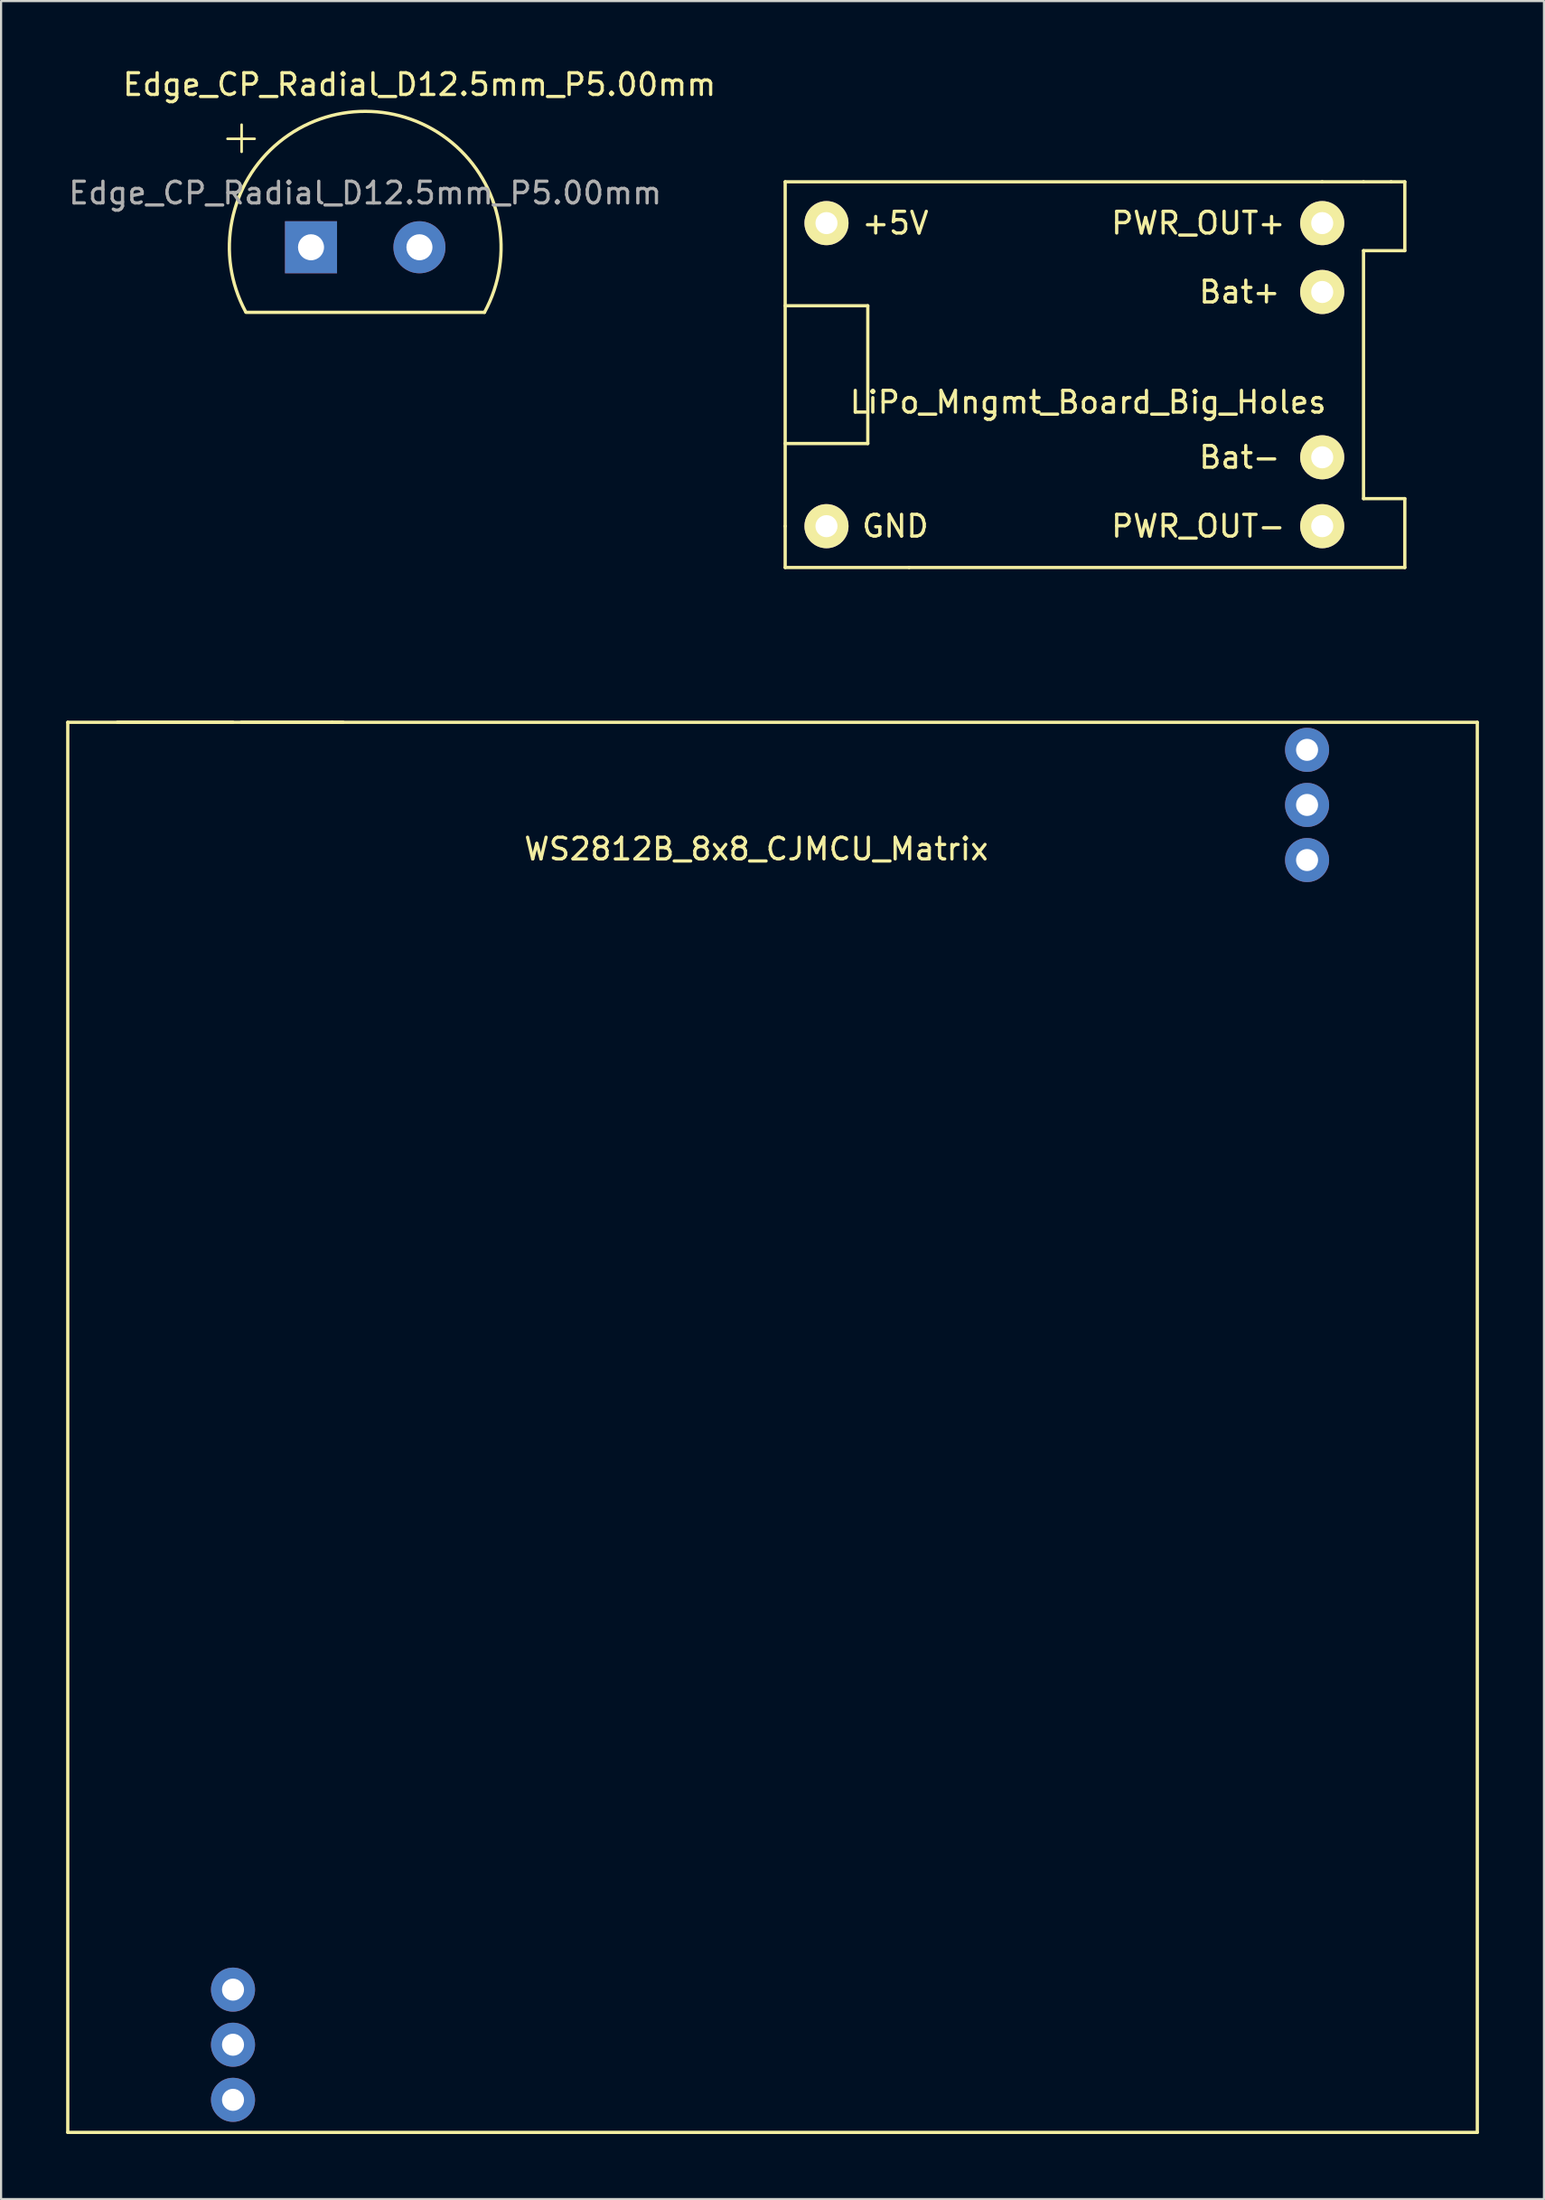
<source format=kicad_pcb>
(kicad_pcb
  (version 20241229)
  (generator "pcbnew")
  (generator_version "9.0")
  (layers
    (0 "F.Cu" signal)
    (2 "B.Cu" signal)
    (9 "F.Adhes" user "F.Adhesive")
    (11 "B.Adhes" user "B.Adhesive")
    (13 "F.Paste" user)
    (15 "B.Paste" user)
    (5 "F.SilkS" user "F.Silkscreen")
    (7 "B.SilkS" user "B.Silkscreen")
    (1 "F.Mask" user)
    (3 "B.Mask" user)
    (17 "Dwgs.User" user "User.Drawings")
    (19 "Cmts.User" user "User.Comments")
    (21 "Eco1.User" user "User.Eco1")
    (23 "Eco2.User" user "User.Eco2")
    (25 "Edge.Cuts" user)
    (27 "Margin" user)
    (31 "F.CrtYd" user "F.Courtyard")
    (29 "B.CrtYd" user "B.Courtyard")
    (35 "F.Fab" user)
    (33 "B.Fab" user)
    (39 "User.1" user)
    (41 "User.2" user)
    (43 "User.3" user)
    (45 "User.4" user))
  (footprint "Edge_CP_Radial_D12.5mm_P5.00mm"
    (layer "F.Cu")
    (at 13.792 8.348)
    (property "Reference" "Edge_CP_Radial_D12.5mm_P5.00mm" (at 2.5 -7.5 0) (layer "F.SilkS") (effects (font (size 1 1) (thickness 0.15))))
    (attr through_hole)
    (fp_line (start -6.35 -5) (end -5.1 -5) (stroke (width 0.12) (type solid)) (layer "F.SilkS"))
    (fp_line (start -5.7 -5.65) (end -5.7 -4.4) (stroke (width 0.12) (type solid)) (layer "F.SilkS"))
    (fp_line (start 5.5 3) (end -5.5 3) (stroke (width 0.15) (type solid)) (layer "F.SilkS"))
    (fp_arc (start -5.516134 2.970227) (mid 0.016932 -6.264958) (end 5.499999 2.999999) (stroke (width 0.15) (type solid)) (layer "F.SilkS"))
    (fp_text user "${REFERENCE}" (at 0 -2.5 0) (layer "F.Fab") (effects (font (size 1 1) (thickness 0.15))))
    (pad "1" thru_hole rect (at -2.5 0) (size 2.4 2.4) (drill 1.2) (layers "*.Cu" "*.Mask"))
    (pad "2" thru_hole circle (at 2.5 0) (size 2.4 2.4) (drill 1.2) (layers "*.Cu" "*.Mask")))
  (footprint "LiPo_Mngmt_Board_Big_Holes"
    (layer "F.Cu")
    (at 50.303 0.25)
    (property "Reference" "LiPo_Mngmt_Board_Big_Holes" (at -3.175 15.24 0) (layer "F.SilkS") (effects (font (size 1 1) (thickness 0.15))))
    (attr through_hole)
    (fp_line (start -17.145 5.08) (end 7.62 5.08) (stroke (width 0.15) (type solid)) (layer "F.SilkS"))
    (fp_line (start -17.145 10.795) (end -13.335 10.795) (stroke (width 0.15) (type solid)) (layer "F.SilkS"))
    (fp_line (start -17.145 20.955) (end -17.145 5.08) (stroke (width 0.15) (type solid)) (layer "F.SilkS"))
    (fp_line (start -17.145 20.955) (end -17.145 22.86) (stroke (width 0.15) (type solid)) (layer "F.SilkS"))
    (fp_line (start -17.145 22.86) (end -11.43 22.86) (stroke (width 0.15) (type solid)) (layer "F.SilkS"))
    (fp_line (start -13.335 10.795) (end -13.335 17.145) (stroke (width 0.15) (type solid)) (layer "F.SilkS"))
    (fp_line (start -13.335 17.145) (end -17.145 17.145) (stroke (width 0.15) (type solid)) (layer "F.SilkS"))
    (fp_line (start 7.62 5.08) (end 9.525 5.08) (stroke (width 0.15) (type solid)) (layer "F.SilkS"))
    (fp_line (start 9.525 5.08) (end 10.795 5.08) (stroke (width 0.15) (type solid)) (layer "F.SilkS"))
    (fp_line (start 9.525 8.255) (end 9.525 19.685) (stroke (width 0.15) (type solid)) (layer "F.SilkS"))
    (fp_line (start 9.525 19.685) (end 11.43 19.685) (stroke (width 0.15) (type solid)) (layer "F.SilkS"))
    (fp_line (start 10.795 5.08) (end 11.43 5.08) (stroke (width 0.15) (type solid)) (layer "F.SilkS"))
    (fp_line (start 11.43 5.08) (end 11.43 8.255) (stroke (width 0.15) (type solid)) (layer "F.SilkS"))
    (fp_line (start 11.43 8.255) (end 9.525 8.255) (stroke (width 0.15) (type solid)) (layer "F.SilkS"))
    (fp_line (start 11.43 19.685) (end 11.43 22.86) (stroke (width 0.15) (type solid)) (layer "F.SilkS"))
    (fp_line (start 11.43 22.86) (end -11.43 22.86) (stroke (width 0.15) (type solid)) (layer "F.SilkS"))
    (fp_text user "Bat-" (at 3.81 17.78 0) (layer "F.SilkS") (effects (font (size 1 1) (thickness 0.15))))
    (fp_text user "Bat+" (at 3.81 10.16 0) (layer "F.SilkS") (effects (font (size 1 1) (thickness 0.15))))
    (fp_text user "PWR_OUT-" (at 1.905 20.955 0) (layer "F.SilkS") (effects (font (size 1 1) (thickness 0.15))))
    (fp_text user "+5V" (at -12.065 6.985 0) (layer "F.SilkS") (effects (font (size 1 1) (thickness 0.15))))
    (fp_text user "GND" (at -12.065 20.955 0) (layer "F.SilkS") (effects (font (size 1 1) (thickness 0.15))))
    (fp_text user "PWR_OUT+" (at 1.905 6.985 0) (layer "F.SilkS") (effects (font (size 1 1) (thickness 0.15))))
    (pad "1" thru_hole circle (at 7.62 10.16) (size 2.032 2.032) (drill 1.016) (layers "*.Cu" "*.Mask" "F.SilkS"))
    (pad "2" thru_hole circle (at 7.62 17.78) (size 2.032 2.032) (drill 1.016) (layers "*.Cu" "*.Mask" "F.SilkS"))
    (pad "3" thru_hole circle (at 7.62 20.955) (size 2.032 2.032) (drill 1.016) (layers "*.Cu" "*.Mask" "F.SilkS"))
    (pad "4" thru_hole circle (at 7.62 6.985) (size 2.032 2.032) (drill 1.016) (layers "*.Cu" "*.Mask" "F.SilkS"))
    (pad "5" thru_hole circle (at -15.24 20.955) (size 2.032 2.032) (drill 1.016) (layers "*.Cu" "*.Mask" "F.SilkS"))
    (pad "6" thru_hole circle (at -15.24 6.985) (size 2.032 2.032) (drill 1.016) (layers "*.Cu" "*.Mask" "F.SilkS")))
  (footprint "WS2812B_8x8_CJMCU_Matrix"
    (layer "F.Cu")
    (at 17.855 26.435)
    (property "Reference" "WS2812B_8x8_CJMCU_Matrix" (at 13.97 9.652 0) (layer "F.SilkS") (effects (font (size 1 1) (thickness 0.15))))
    (attr through_hole)
    (fp_line (start -17.78 3.81) (end -17.78 68.81) (stroke (width 0.15) (type solid)) (layer "F.SilkS"))
    (fp_line (start -17.78 68.81) (end 47.22 68.81) (stroke (width 0.15) (type solid)) (layer "F.SilkS"))
    (fp_line (start -15.494 3.81) (end -5.588 3.81) (stroke (width 0.15) (type solid)) (layer "F.SilkS"))
    (fp_line (start -10.16 3.81) (end -17.78 3.81) (stroke (width 0.15) (type solid)) (layer "F.SilkS"))
    (fp_line (start -5.588 3.81) (end -5.08 3.81) (stroke (width 0.15) (type solid)) (layer "F.SilkS"))
    (fp_line (start 47.22 3.81) (end -9.78 3.81) (stroke (width 0.15) (type solid)) (layer "F.SilkS"))
    (fp_line (start 47.22 68.81) (end 47.22 3.81) (stroke (width 0.15) (type solid)) (layer "F.SilkS"))
    (pad "1" thru_hole circle (at -10.16 64.77) (size 2.032 2.032) (drill 1.016) (layers "*.Cu" "*.Mask"))
    (pad "1" thru_hole circle (at 39.37 7.62) (size 2.032 2.032) (drill 1.016) (layers "*.Cu" "*.Mask"))
    (pad "2" thru_hole circle (at -10.16 62.23) (size 2.032 2.032) (drill 1.016) (layers "*.Cu" "*.Mask"))
    (pad "2" thru_hole circle (at 39.37 10.16) (size 2.032 2.032) (drill 1.016) (layers "*.Cu" "*.Mask"))
    (pad "3" thru_hole circle (at 39.37 5.08) (size 2.032 2.032) (drill 1.016) (layers "*.Cu" "*.Mask"))
    (pad "4" thru_hole circle (at -10.16 67.31) (size 2.032 2.032) (drill 1.016) (layers "*.Cu" "*.Mask")))
  (gr_rect
    (start -3 -3)
    (end 68.15 98.32)
    (stroke (width 0.1) (type default))
    (fill no)
    (layer "Edge.Cuts")))
</source>
